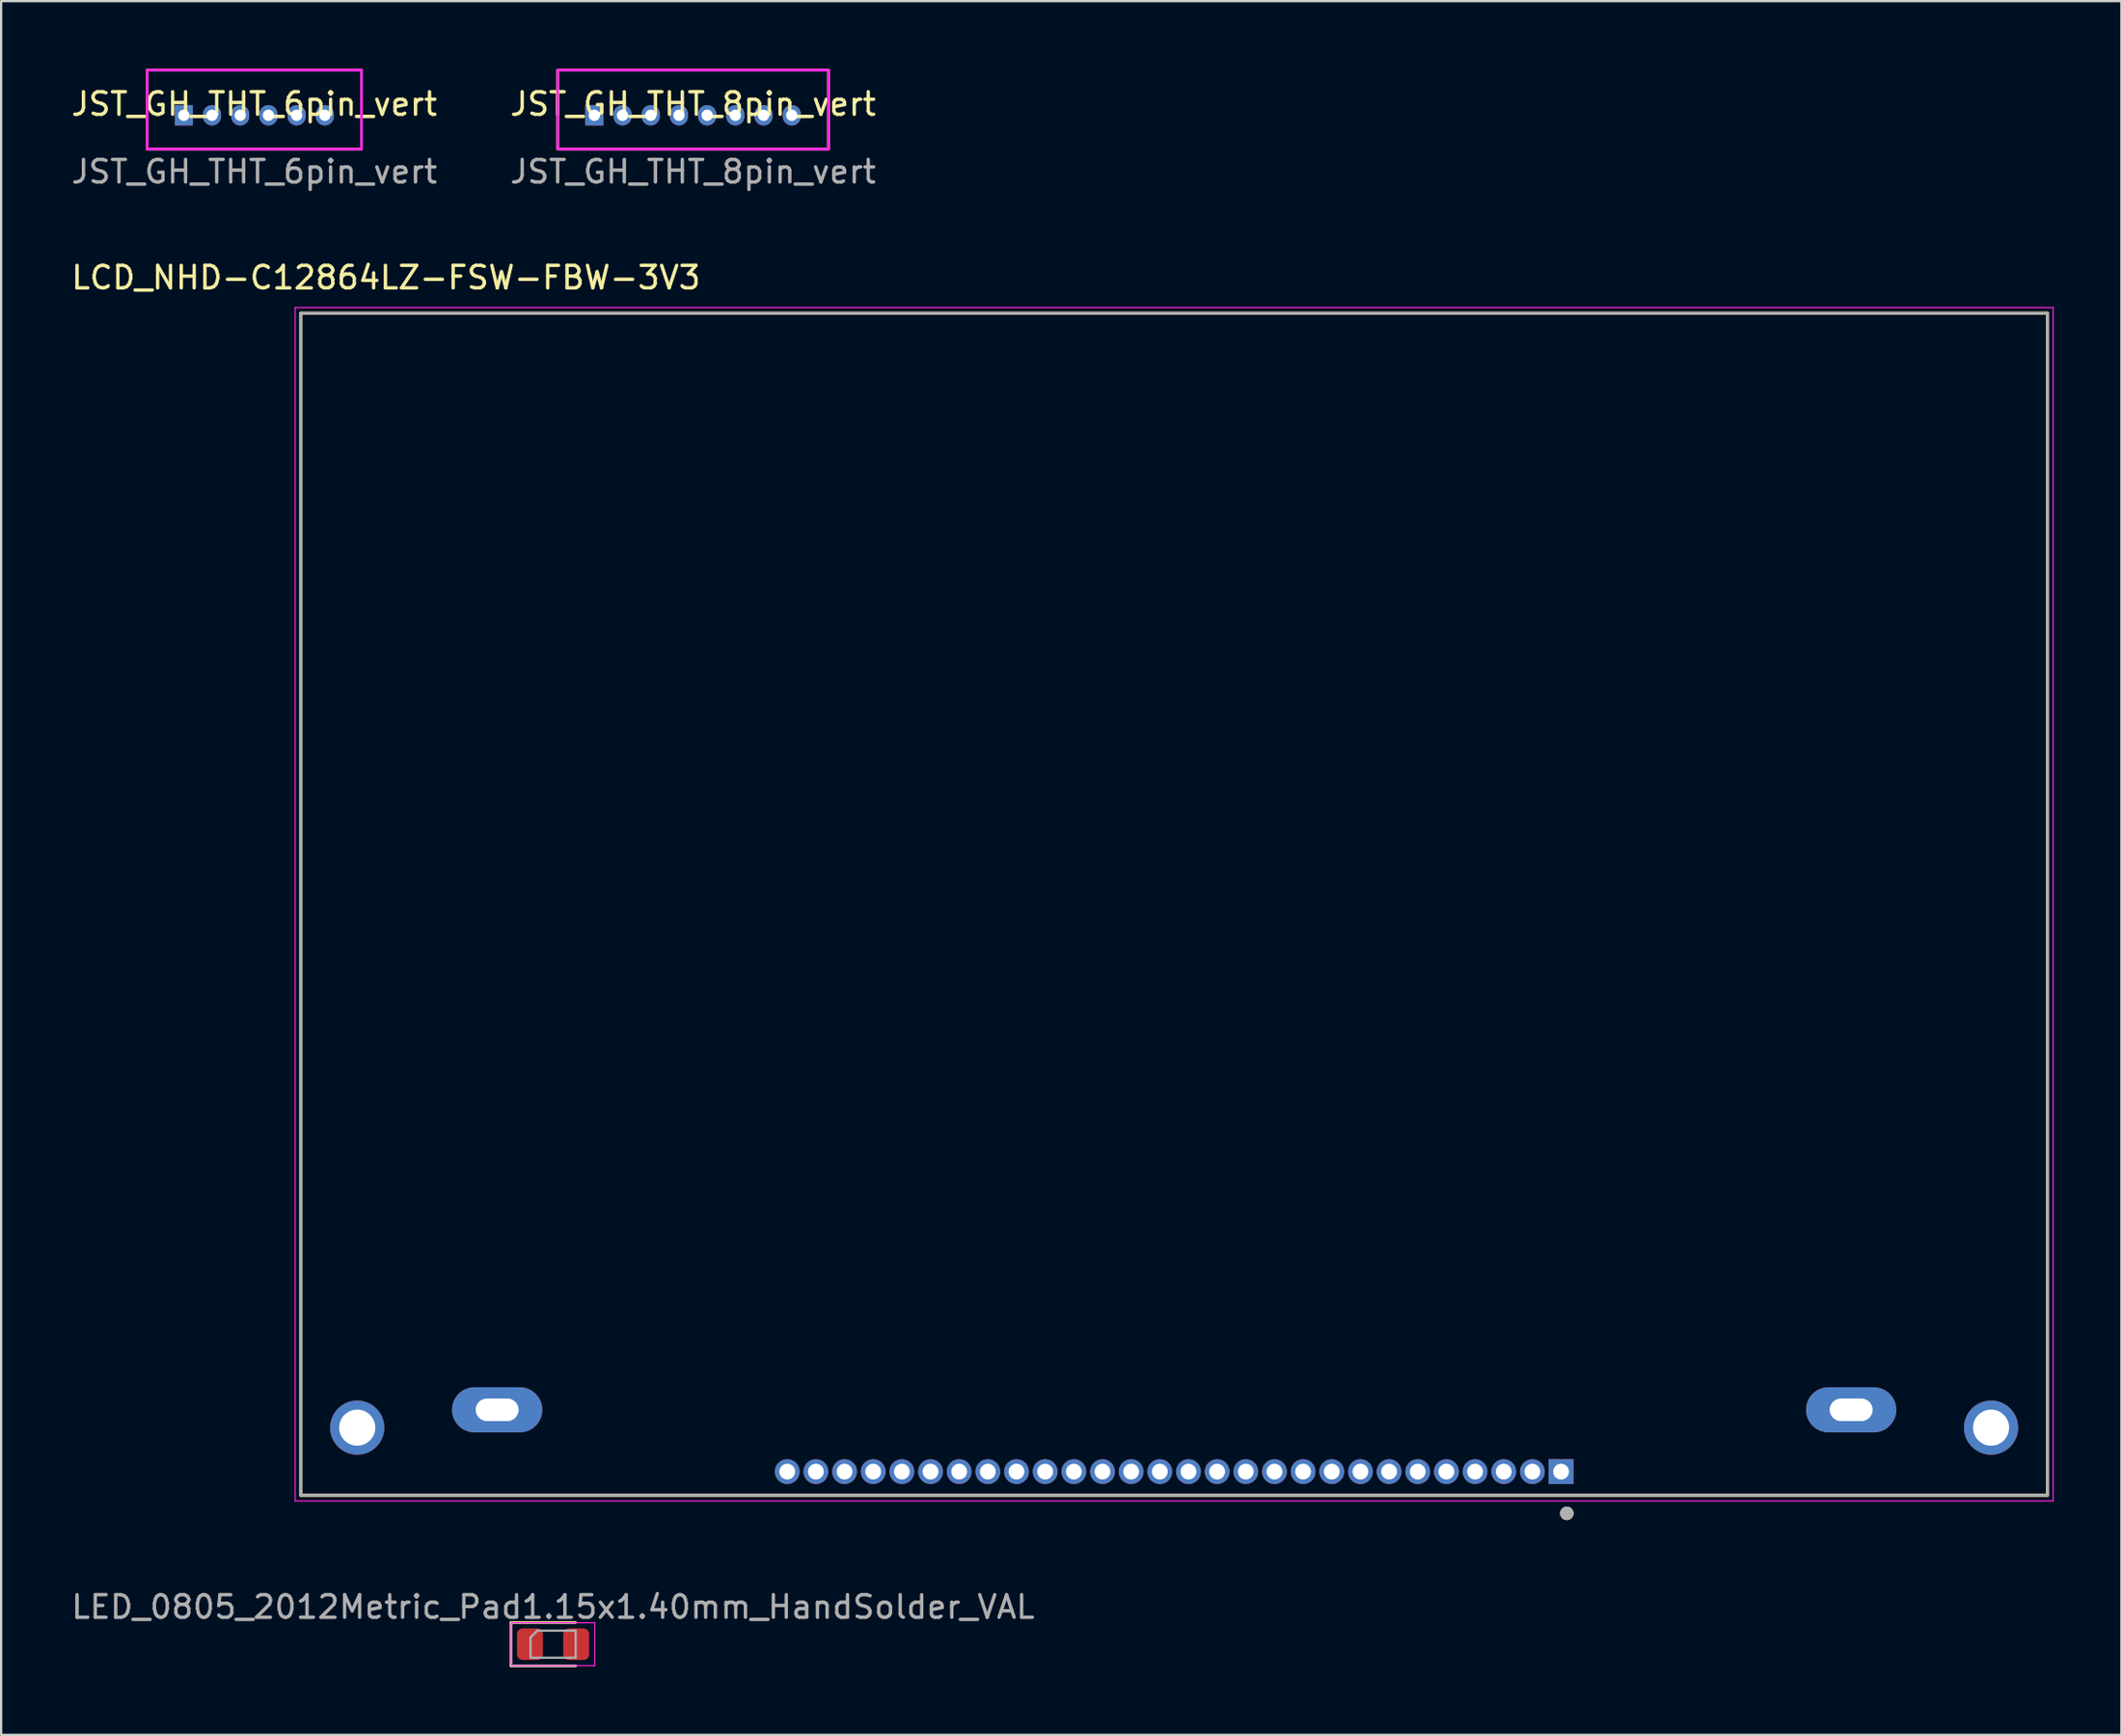
<source format=kicad_pcb>
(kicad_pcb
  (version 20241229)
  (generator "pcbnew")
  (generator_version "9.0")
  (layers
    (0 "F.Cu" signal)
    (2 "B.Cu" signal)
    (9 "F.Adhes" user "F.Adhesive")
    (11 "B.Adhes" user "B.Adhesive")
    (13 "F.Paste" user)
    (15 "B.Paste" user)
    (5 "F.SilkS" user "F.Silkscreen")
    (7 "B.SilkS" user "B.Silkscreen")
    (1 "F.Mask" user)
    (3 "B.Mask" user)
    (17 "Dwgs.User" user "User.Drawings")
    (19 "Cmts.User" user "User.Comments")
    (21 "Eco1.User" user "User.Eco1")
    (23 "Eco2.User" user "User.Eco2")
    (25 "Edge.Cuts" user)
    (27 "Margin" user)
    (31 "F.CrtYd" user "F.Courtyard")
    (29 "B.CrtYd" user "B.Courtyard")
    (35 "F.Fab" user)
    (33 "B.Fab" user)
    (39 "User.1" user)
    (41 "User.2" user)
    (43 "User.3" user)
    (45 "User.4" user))
  (footprint "JST_GH_THT_8pin_vert"
    (layer "F.Cu")
    (at 27.661 2.06)
    (property "Reference" "JST_GH_THT_8pin_vert" (at 0 -0.5 0) (unlocked yes) (layer "F.SilkS") (effects (font (size 1 1) (thickness 0.15))))
    (attr through_hole)
    (fp_rect (start -6 -2) (end 6 1.5) (stroke (width 0.12) (type default)) (fill no) (layer "F.SilkS"))
    (fp_rect (start -6 -2) (end 6 1.5) (stroke (width 0.12) (type default)) (fill no) (layer "F.CrtYd"))
    (fp_text user "${REFERENCE}" (at 0 2.5 0) (unlocked yes) (layer "F.Fab") (effects (font (size 1 1) (thickness 0.15))))
    (pad "1" thru_hole rect (at -4.375 0) (size 0.8 0.9) (drill 0.5) (layers "*.Cu" "*.Mask"))
    (pad "2" thru_hole oval (at -3.125 0) (size 0.8 0.9) (drill 0.5) (layers "*.Cu" "*.Mask"))
    (pad "3" thru_hole oval (at -1.875 0) (size 0.8 0.9) (drill 0.5) (layers "*.Cu" "*.Mask"))
    (pad "4" thru_hole oval (at -0.625 0) (size 0.8 0.9) (drill 0.5) (layers "*.Cu" "*.Mask"))
    (pad "5" thru_hole oval (at 0.625 0) (size 0.8 0.9) (drill 0.5) (layers "*.Cu" "*.Mask"))
    (pad "6" thru_hole oval (at 1.875 0) (size 0.8 0.9) (drill 0.5) (layers "*.Cu" "*.Mask"))
    (pad "7" thru_hole oval (at 3.125 0) (size 0.8 0.9) (drill 0.5) (layers "*.Cu" "*.Mask"))
    (pad "8" thru_hole oval (at 4.375 0) (size 0.8 0.9) (drill 0.5) (layers "*.Cu" "*.Mask")))
  (footprint "LED_0805_2012Metric_Pad1.15x1.40mm_HandSolder_VAL"
    (layer "F.Cu")
    (at 21.458 69.83)
    (property "Reference" "LED_0805_2012Metric_Pad1.15x1.40mm_HandSolder_VAL" (at 0 -1.65 0) (layer "F.Fab") (effects (font (size 1 1) (thickness 0.15))))
    (attr smd)
    (fp_line (start -1.86 -0.96) (end -1.86 0.96) (stroke (width 0.12) (type solid)) (layer "F.SilkS"))
    (fp_line (start -1.86 0.96) (end 1 0.96) (stroke (width 0.12) (type solid)) (layer "F.SilkS"))
    (fp_line (start 1 -0.96) (end -1.86 -0.96) (stroke (width 0.12) (type solid)) (layer "F.SilkS"))
    (fp_line (start -1.85 -0.95) (end 1.85 -0.95) (stroke (width 0.05) (type solid)) (layer "F.CrtYd"))
    (fp_line (start -1.85 0.95) (end -1.85 -0.95) (stroke (width 0.05) (type solid)) (layer "F.CrtYd"))
    (fp_line (start 1.85 -0.95) (end 1.85 0.95) (stroke (width 0.05) (type solid)) (layer "F.CrtYd"))
    (fp_line (start 1.85 0.95) (end -1.85 0.95) (stroke (width 0.05) (type solid)) (layer "F.CrtYd"))
    (fp_line (start -1 -0.3) (end -1 0.6) (stroke (width 0.1) (type solid)) (layer "F.Fab"))
    (fp_line (start -1 0.6) (end 1 0.6) (stroke (width 0.1) (type solid)) (layer "F.Fab"))
    (fp_line (start -0.7 -0.6) (end -1 -0.3) (stroke (width 0.1) (type solid)) (layer "F.Fab"))
    (fp_line (start 1 -0.6) (end -0.7 -0.6) (stroke (width 0.1) (type solid)) (layer "F.Fab"))
    (fp_line (start 1 0.6) (end 1 -0.6) (stroke (width 0.1) (type solid)) (layer "F.Fab"))
    (pad "1" smd roundrect (at -1.025 0) (size 1.15 1.4) (layers "F.Cu" "F.Mask" "F.Paste") (roundrect_rratio 0.217))
    (pad "2" smd roundrect (at 1.025 0) (size 1.15 1.4) (layers "F.Cu" "F.Mask" "F.Paste") (roundrect_rratio 0.217)))
  (footprint "LCD_NHD-C12864LZ-FSW-FBW-3V3"
    (layer "F.Cu")
    (at 48.979 63.231)
    (property "Reference" "LCD_NHD-C12864LZ-FSW-FBW-3V3" (at -34.925 -53.975 0) (layer "F.SilkS") (effects (font (size 1 1) (thickness 0.15))))
    (attr through_hole)
    (fp_line (start -38.7 -52.4) (end -38.7 0) (stroke (width 0.127) (type solid)) (layer "F.SilkS"))
    (fp_line (start -38.7 0) (end 38.7 0) (stroke (width 0.127) (type solid)) (layer "F.SilkS"))
    (fp_line (start 38.7 -52.4) (end -38.7 -52.4) (stroke (width 0.127) (type solid)) (layer "F.SilkS"))
    (fp_line (start 38.7 0) (end 38.7 -52.4) (stroke (width 0.127) (type solid)) (layer "F.SilkS"))
    (fp_circle (center 17.4 0.8) (end 17.55 0.8) (stroke (width 0.3) (type solid)) (fill no) (layer "F.SilkS"))
    (fp_line (start -38.95 -52.65) (end 38.95 -52.65) (stroke (width 0.05) (type solid)) (layer "F.CrtYd"))
    (fp_line (start -38.95 0.25) (end -38.95 -52.65) (stroke (width 0.05) (type solid)) (layer "F.CrtYd"))
    (fp_line (start 38.95 -52.65) (end 38.95 0.25) (stroke (width 0.05) (type solid)) (layer "F.CrtYd"))
    (fp_line (start 38.95 0.25) (end -38.95 0.25) (stroke (width 0.05) (type solid)) (layer "F.CrtYd"))
    (fp_line (start -38.7 -52.4) (end -38.7 0) (stroke (width 0.127) (type solid)) (layer "F.Fab"))
    (fp_line (start -38.7 0) (end 38.7 0) (stroke (width 0.127) (type solid)) (layer "F.Fab"))
    (fp_line (start 38.7 -52.4) (end -38.7 -52.4) (stroke (width 0.127) (type solid)) (layer "F.Fab"))
    (fp_line (start 38.7 0) (end 38.7 -52.4) (stroke (width 0.127) (type solid)) (layer "F.Fab"))
    (fp_circle (center 17.4 0.8) (end 17.55 0.8) (stroke (width 0.3) (type solid)) (fill no) (layer "F.Fab"))
    (pad "1" thru_hole rect (at 17.145 -1.05) (size 1.1 1.1) (drill 0.7) (layers "*.Cu" "*.Mask"))
    (pad "2" thru_hole circle (at 15.875 -1.05) (size 1.1 1.1) (drill 0.7) (layers "*.Cu" "*.Mask"))
    (pad "3" thru_hole circle (at 14.605 -1.05) (size 1.1 1.1) (drill 0.7) (layers "*.Cu" "*.Mask"))
    (pad "4" thru_hole circle (at 13.335 -1.05) (size 1.1 1.1) (drill 0.7) (layers "*.Cu" "*.Mask"))
    (pad "5" thru_hole circle (at 12.065 -1.05) (size 1.1 1.1) (drill 0.7) (layers "*.Cu" "*.Mask"))
    (pad "6" thru_hole circle (at 10.795 -1.05) (size 1.1 1.1) (drill 0.7) (layers "*.Cu" "*.Mask"))
    (pad "7" thru_hole circle (at 9.525 -1.05) (size 1.1 1.1) (drill 0.7) (layers "*.Cu" "*.Mask"))
    (pad "8" thru_hole circle (at 8.255 -1.05) (size 1.1 1.1) (drill 0.7) (layers "*.Cu" "*.Mask"))
    (pad "9" thru_hole circle (at 6.985 -1.05) (size 1.1 1.1) (drill 0.7) (layers "*.Cu" "*.Mask"))
    (pad "10" thru_hole circle (at 5.715 -1.05) (size 1.1 1.1) (drill 0.7) (layers "*.Cu" "*.Mask"))
    (pad "11" thru_hole circle (at 4.445 -1.05) (size 1.1 1.1) (drill 0.7) (layers "*.Cu" "*.Mask"))
    (pad "12" thru_hole circle (at 3.175 -1.05) (size 1.1 1.1) (drill 0.7) (layers "*.Cu" "*.Mask"))
    (pad "13" thru_hole circle (at 1.905 -1.05) (size 1.1 1.1) (drill 0.7) (layers "*.Cu" "*.Mask"))
    (pad "14" thru_hole circle (at 0.635 -1.05) (size 1.1 1.1) (drill 0.7) (layers "*.Cu" "*.Mask"))
    (pad "15" thru_hole circle (at -0.635 -1.05) (size 1.1 1.1) (drill 0.7) (layers "*.Cu" "*.Mask"))
    (pad "16" thru_hole circle (at -1.905 -1.05) (size 1.1 1.1) (drill 0.7) (layers "*.Cu" "*.Mask"))
    (pad "17" thru_hole circle (at -3.175 -1.05) (size 1.1 1.1) (drill 0.7) (layers "*.Cu" "*.Mask"))
    (pad "18" thru_hole circle (at -4.445 -1.05) (size 1.1 1.1) (drill 0.7) (layers "*.Cu" "*.Mask"))
    (pad "19" thru_hole circle (at -5.715 -1.05) (size 1.1 1.1) (drill 0.7) (layers "*.Cu" "*.Mask"))
    (pad "20" thru_hole circle (at -6.985 -1.05) (size 1.1 1.1) (drill 0.7) (layers "*.Cu" "*.Mask"))
    (pad "21" thru_hole circle (at -8.255 -1.05) (size 1.1 1.1) (drill 0.7) (layers "*.Cu" "*.Mask"))
    (pad "22" thru_hole circle (at -9.525 -1.05) (size 1.1 1.1) (drill 0.7) (layers "*.Cu" "*.Mask"))
    (pad "23" thru_hole circle (at -10.795 -1.05) (size 1.1 1.1) (drill 0.7) (layers "*.Cu" "*.Mask"))
    (pad "24" thru_hole circle (at -12.065 -1.05) (size 1.1 1.1) (drill 0.7) (layers "*.Cu" "*.Mask"))
    (pad "25" thru_hole circle (at -13.335 -1.05) (size 1.1 1.1) (drill 0.7) (layers "*.Cu" "*.Mask"))
    (pad "26" thru_hole circle (at -14.605 -1.05) (size 1.1 1.1) (drill 0.7) (layers "*.Cu" "*.Mask"))
    (pad "27" thru_hole circle (at -15.875 -1.05) (size 1.1 1.1) (drill 0.7) (layers "*.Cu" "*.Mask"))
    (pad "28" thru_hole circle (at -17.145 -1.05) (size 1.1 1.1) (drill 0.7) (layers "*.Cu" "*.Mask"))
    (pad "A" thru_hole oval (at -30 -3.79) (size 4 2) (drill oval 1.9 1) (layers "*.Cu" "*.Mask"))
    (pad "K" thru_hole oval (at 30 -3.79) (size 4 2) (drill oval 1.9 1) (layers "*.Cu" "*.Mask"))
    (pad "S1" thru_hole circle (at -36.2 -3) (size 2.4 2.4) (drill 1.6) (layers "*.Cu" "*.Mask"))
    (pad "S2" thru_hole circle (at 36.2 -3) (size 2.4 2.4) (drill 1.6) (layers "*.Cu" "*.Mask")))
  (footprint "JST_GH_THT_6pin_vert"
    (layer "F.Cu")
    (at 8.22 2.06)
    (property "Reference" "JST_GH_THT_6pin_vert" (at 0 -0.5 0) (unlocked yes) (layer "F.SilkS") (effects (font (size 1 1) (thickness 0.15))))
    (attr through_hole)
    (fp_rect (start -4.75 -2) (end 4.75 1.5) (stroke (width 0.12) (type default)) (fill no) (layer "F.SilkS"))
    (fp_rect (start -4.75 -2) (end 4.75 1.5) (stroke (width 0.12) (type default)) (fill no) (layer "F.CrtYd"))
    (fp_text user "${REFERENCE}" (at 0 2.5 0) (unlocked yes) (layer "F.Fab") (effects (font (size 1 1) (thickness 0.15))))
    (pad "1" thru_hole rect (at -3.125 0) (size 0.8 0.9) (drill 0.5) (layers "*.Cu" "*.Mask"))
    (pad "2" thru_hole oval (at -1.875 0) (size 0.8 0.9) (drill 0.5) (layers "*.Cu" "*.Mask"))
    (pad "3" thru_hole oval (at -0.625 0) (size 0.8 0.9) (drill 0.5) (layers "*.Cu" "*.Mask"))
    (pad "4" thru_hole oval (at 0.625 0) (size 0.8 0.9) (drill 0.5) (layers "*.Cu" "*.Mask"))
    (pad "5" thru_hole oval (at 1.875 0) (size 0.8 0.9) (drill 0.5) (layers "*.Cu" "*.Mask"))
    (pad "6" thru_hole oval (at 3.125 0) (size 0.8 0.9) (drill 0.5) (layers "*.Cu" "*.Mask")))
  (gr_rect
    (start -3 -3)
    (end 90.954 73.85)
    (stroke (width 0.1) (type default))
    (fill no)
    (layer "Edge.Cuts")))
</source>
